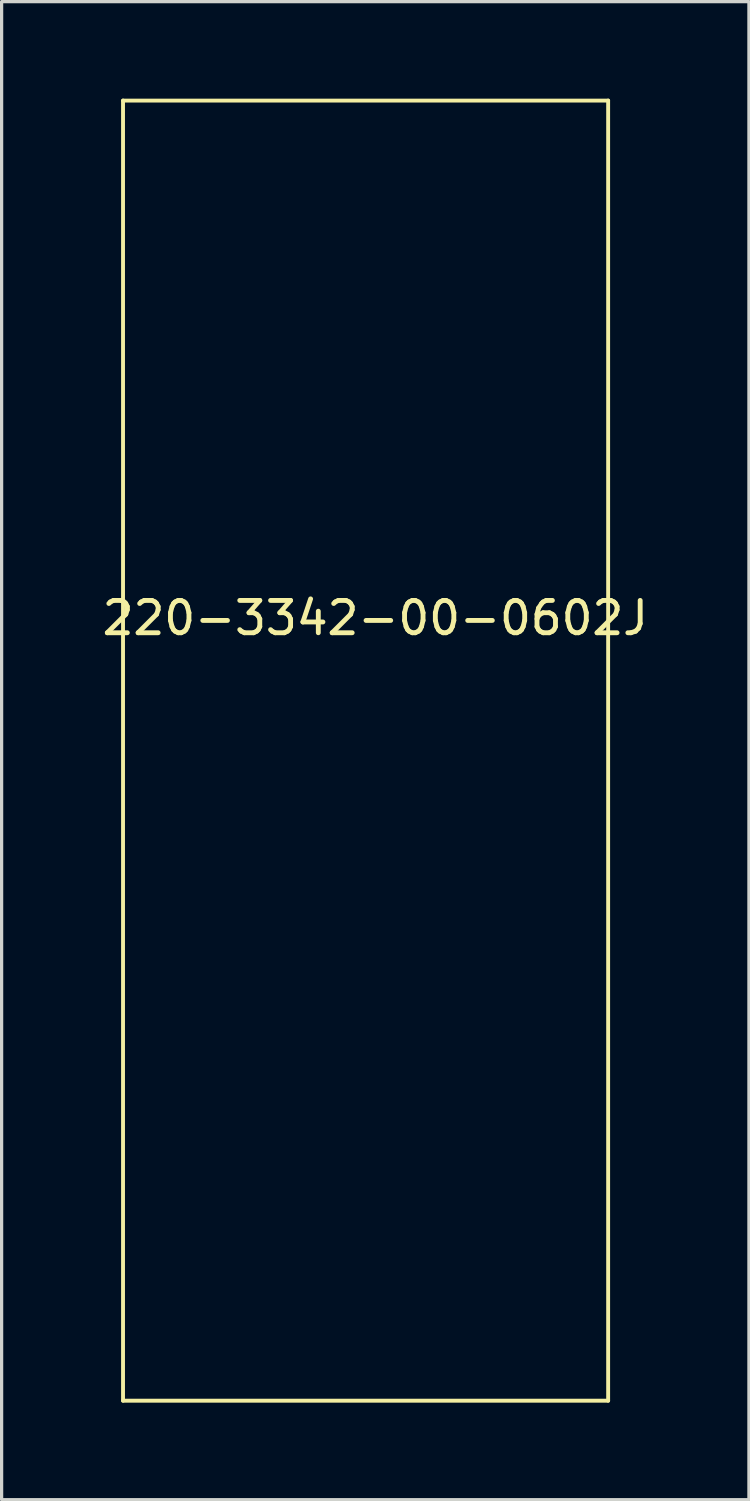
<source format=kicad_pcb>
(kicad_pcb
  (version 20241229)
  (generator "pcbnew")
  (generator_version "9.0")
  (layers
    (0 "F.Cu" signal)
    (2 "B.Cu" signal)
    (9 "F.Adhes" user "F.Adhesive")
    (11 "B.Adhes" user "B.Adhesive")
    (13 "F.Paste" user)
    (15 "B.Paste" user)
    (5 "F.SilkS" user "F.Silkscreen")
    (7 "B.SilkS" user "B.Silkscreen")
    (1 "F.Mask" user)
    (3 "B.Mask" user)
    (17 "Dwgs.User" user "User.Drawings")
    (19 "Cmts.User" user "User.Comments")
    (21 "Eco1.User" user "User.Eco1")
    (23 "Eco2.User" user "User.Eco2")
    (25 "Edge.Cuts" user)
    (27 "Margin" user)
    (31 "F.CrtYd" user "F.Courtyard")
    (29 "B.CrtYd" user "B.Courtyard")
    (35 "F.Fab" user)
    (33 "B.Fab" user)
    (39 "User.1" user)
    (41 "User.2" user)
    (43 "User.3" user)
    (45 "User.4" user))
  (footprint "220-3342-00-0602J"
    (layer "F.Cu")
    (at 8.554 20.86)
    (property "Reference" "220-3342-00-0602J" (at 0 -4.8 0) (layer "F.SilkS") (effects (font (size 1 1) (thickness 0.15))))
    (attr through_hole)
    (fp_line (start -7.8 -20.8) (end 7.2 -20.8) (stroke (width 0.12) (type solid)) (layer "F.SilkS"))
    (fp_line (start -7.8 19.4) (end -7.8 -20.8) (stroke (width 0.12) (type solid)) (layer "F.SilkS"))
    (fp_line (start 7.2 -20.8) (end 7.2 19.4) (stroke (width 0.12) (type solid)) (layer "F.SilkS"))
    (fp_line (start 7.2 19.4) (end -7.8 19.4) (stroke (width 0.12) (type solid)) (layer "F.SilkS")))
  (gr_rect
    (start -3 -3)
    (end 20.107 43.32)
    (stroke (width 0.1) (type default))
    (fill no)
    (layer "Edge.Cuts")))
</source>
